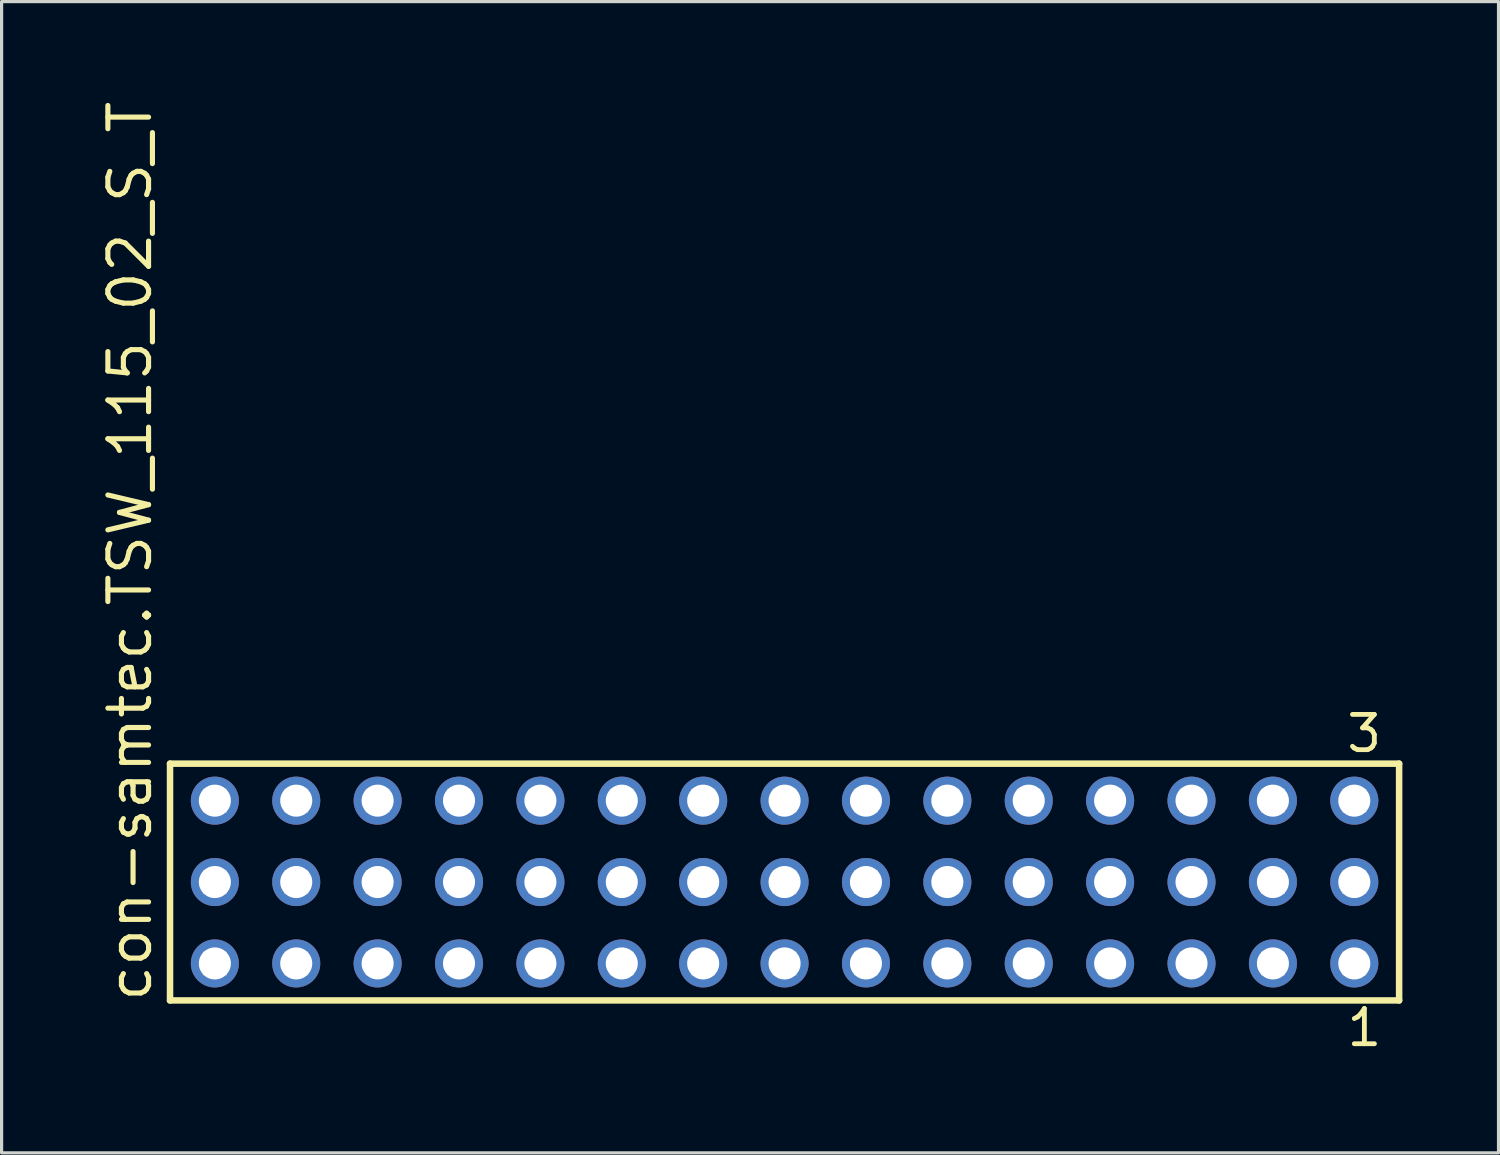
<source format=kicad_pcb>
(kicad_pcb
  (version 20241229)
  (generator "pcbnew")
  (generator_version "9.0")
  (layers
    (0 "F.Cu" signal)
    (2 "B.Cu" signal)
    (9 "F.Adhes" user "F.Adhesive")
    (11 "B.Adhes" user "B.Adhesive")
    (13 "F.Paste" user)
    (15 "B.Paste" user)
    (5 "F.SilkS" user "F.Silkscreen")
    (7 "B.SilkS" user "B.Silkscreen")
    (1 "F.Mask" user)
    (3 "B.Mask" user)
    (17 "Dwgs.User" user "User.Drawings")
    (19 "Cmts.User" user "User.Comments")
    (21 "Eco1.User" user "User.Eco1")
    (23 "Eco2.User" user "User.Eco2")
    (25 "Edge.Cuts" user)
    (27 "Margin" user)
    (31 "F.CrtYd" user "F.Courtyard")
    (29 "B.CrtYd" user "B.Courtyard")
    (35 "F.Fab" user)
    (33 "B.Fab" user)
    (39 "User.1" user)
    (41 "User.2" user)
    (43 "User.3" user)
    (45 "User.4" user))
  (footprint "con-samtec.TSW_115_02_S_T"
    (layer "F.Cu")
    (at 21.435 24.477)
    (property "Reference" "con-samtec.TSW_115_02_S_T" (at -19.685 3.81 90) (layer "F.SilkS") (effects (font (size 1.27 1.27) (thickness 0.16)) (justify left bottom)))
    (attr through_hole)
    (fp_line (start -19.179 -3.695) (end 19.179 -3.695) (stroke (width 0.203) (type default)) (layer "F.SilkS"))
    (fp_line (start -19.179 3.695) (end -19.179 -3.695) (stroke (width 0.203) (type default)) (layer "F.SilkS"))
    (fp_line (start 19.179 -3.695) (end 19.179 3.695) (stroke (width 0.203) (type default)) (layer "F.SilkS"))
    (fp_line (start 19.179 3.695) (end -19.179 3.695) (stroke (width 0.203) (type default)) (layer "F.SilkS"))
    (fp_rect (start -18.13 -2.19) (end -17.43 -2.89) (stroke (width 0.05) (type default)) (fill no) (layer "F.Fab"))
    (fp_rect (start -18.13 0.35) (end -17.43 -0.35) (stroke (width 0.05) (type default)) (fill no) (layer "F.Fab"))
    (fp_rect (start -18.13 2.89) (end -17.43 2.19) (stroke (width 0.05) (type default)) (fill no) (layer "F.Fab"))
    (fp_rect (start -15.59 -2.19) (end -14.89 -2.89) (stroke (width 0.05) (type default)) (fill no) (layer "F.Fab"))
    (fp_rect (start -15.59 0.35) (end -14.89 -0.35) (stroke (width 0.05) (type default)) (fill no) (layer "F.Fab"))
    (fp_rect (start -15.59 2.89) (end -14.89 2.19) (stroke (width 0.05) (type default)) (fill no) (layer "F.Fab"))
    (fp_rect (start -13.05 -2.19) (end -12.35 -2.89) (stroke (width 0.05) (type default)) (fill no) (layer "F.Fab"))
    (fp_rect (start -13.05 0.35) (end -12.35 -0.35) (stroke (width 0.05) (type default)) (fill no) (layer "F.Fab"))
    (fp_rect (start -13.05 2.89) (end -12.35 2.19) (stroke (width 0.05) (type default)) (fill no) (layer "F.Fab"))
    (fp_rect (start -10.51 -2.19) (end -9.81 -2.89) (stroke (width 0.05) (type default)) (fill no) (layer "F.Fab"))
    (fp_rect (start -10.51 0.35) (end -9.81 -0.35) (stroke (width 0.05) (type default)) (fill no) (layer "F.Fab"))
    (fp_rect (start -10.51 2.89) (end -9.81 2.19) (stroke (width 0.05) (type default)) (fill no) (layer "F.Fab"))
    (fp_rect (start -7.97 -2.19) (end -7.27 -2.89) (stroke (width 0.05) (type default)) (fill no) (layer "F.Fab"))
    (fp_rect (start -7.97 0.35) (end -7.27 -0.35) (stroke (width 0.05) (type default)) (fill no) (layer "F.Fab"))
    (fp_rect (start -7.97 2.89) (end -7.27 2.19) (stroke (width 0.05) (type default)) (fill no) (layer "F.Fab"))
    (fp_rect (start -5.43 -2.19) (end -4.73 -2.89) (stroke (width 0.05) (type default)) (fill no) (layer "F.Fab"))
    (fp_rect (start -5.43 0.35) (end -4.73 -0.35) (stroke (width 0.05) (type default)) (fill no) (layer "F.Fab"))
    (fp_rect (start -5.43 2.89) (end -4.73 2.19) (stroke (width 0.05) (type default)) (fill no) (layer "F.Fab"))
    (fp_rect (start -2.89 -2.19) (end -2.19 -2.89) (stroke (width 0.05) (type default)) (fill no) (layer "F.Fab"))
    (fp_rect (start -2.89 0.35) (end -2.19 -0.35) (stroke (width 0.05) (type default)) (fill no) (layer "F.Fab"))
    (fp_rect (start -2.89 2.89) (end -2.19 2.19) (stroke (width 0.05) (type default)) (fill no) (layer "F.Fab"))
    (fp_rect (start -0.35 -2.19) (end 0.35 -2.89) (stroke (width 0.05) (type default)) (fill no) (layer "F.Fab"))
    (fp_rect (start -0.35 0.35) (end 0.35 -0.35) (stroke (width 0.05) (type default)) (fill no) (layer "F.Fab"))
    (fp_rect (start -0.35 2.89) (end 0.35 2.19) (stroke (width 0.05) (type default)) (fill no) (layer "F.Fab"))
    (fp_rect (start 2.19 -2.19) (end 2.89 -2.89) (stroke (width 0.05) (type default)) (fill no) (layer "F.Fab"))
    (fp_rect (start 2.19 0.35) (end 2.89 -0.35) (stroke (width 0.05) (type default)) (fill no) (layer "F.Fab"))
    (fp_rect (start 2.19 2.89) (end 2.89 2.19) (stroke (width 0.05) (type default)) (fill no) (layer "F.Fab"))
    (fp_rect (start 4.73 -2.19) (end 5.43 -2.89) (stroke (width 0.05) (type default)) (fill no) (layer "F.Fab"))
    (fp_rect (start 4.73 0.35) (end 5.43 -0.35) (stroke (width 0.05) (type default)) (fill no) (layer "F.Fab"))
    (fp_rect (start 4.73 2.89) (end 5.43 2.19) (stroke (width 0.05) (type default)) (fill no) (layer "F.Fab"))
    (fp_rect (start 7.27 -2.19) (end 7.97 -2.89) (stroke (width 0.05) (type default)) (fill no) (layer "F.Fab"))
    (fp_rect (start 7.27 0.35) (end 7.97 -0.35) (stroke (width 0.05) (type default)) (fill no) (layer "F.Fab"))
    (fp_rect (start 7.27 2.89) (end 7.97 2.19) (stroke (width 0.05) (type default)) (fill no) (layer "F.Fab"))
    (fp_rect (start 9.81 -2.19) (end 10.51 -2.89) (stroke (width 0.05) (type default)) (fill no) (layer "F.Fab"))
    (fp_rect (start 9.81 0.35) (end 10.51 -0.35) (stroke (width 0.05) (type default)) (fill no) (layer "F.Fab"))
    (fp_rect (start 9.81 2.89) (end 10.51 2.19) (stroke (width 0.05) (type default)) (fill no) (layer "F.Fab"))
    (fp_rect (start 12.35 -2.19) (end 13.05 -2.89) (stroke (width 0.05) (type default)) (fill no) (layer "F.Fab"))
    (fp_rect (start 12.35 0.35) (end 13.05 -0.35) (stroke (width 0.05) (type default)) (fill no) (layer "F.Fab"))
    (fp_rect (start 12.35 2.89) (end 13.05 2.19) (stroke (width 0.05) (type default)) (fill no) (layer "F.Fab"))
    (fp_rect (start 14.89 -2.19) (end 15.59 -2.89) (stroke (width 0.05) (type default)) (fill no) (layer "F.Fab"))
    (fp_rect (start 14.89 0.35) (end 15.59 -0.35) (stroke (width 0.05) (type default)) (fill no) (layer "F.Fab"))
    (fp_rect (start 14.89 2.89) (end 15.59 2.19) (stroke (width 0.05) (type default)) (fill no) (layer "F.Fab"))
    (fp_rect (start 17.43 -2.19) (end 18.13 -2.89) (stroke (width 0.05) (type default)) (fill no) (layer "F.Fab"))
    (fp_rect (start 17.43 0.35) (end 18.13 -0.35) (stroke (width 0.05) (type default)) (fill no) (layer "F.Fab"))
    (fp_rect (start 17.43 2.89) (end 18.13 2.19) (stroke (width 0.05) (type default)) (fill no) (layer "F.Fab"))
    (fp_text user "1" (at 17.472 5.188 0) (layer "F.SilkS") (effects (font (size 1.1 1.1) (thickness 0.15)) (justify left bottom)))
    (fp_text user "3" (at 17.468 -3.989 0) (layer "F.SilkS") (effects (font (size 1.1 1.1) (thickness 0.15)) (justify left bottom)))
    (pad "1" thru_hole circle (at 17.78 2.54 180) (size 1.5 1.5) (drill 1) (layers "*.Cu" "*.Mask"))
    (pad "2" thru_hole circle (at 17.78 0 180) (size 1.5 1.5) (drill 1) (layers "*.Cu" "*.Mask"))
    (pad "3" thru_hole circle (at 17.78 -2.54 180) (size 1.5 1.5) (drill 1) (layers "*.Cu" "*.Mask"))
    (pad "4" thru_hole circle (at 15.24 2.54 180) (size 1.5 1.5) (drill 1) (layers "*.Cu" "*.Mask"))
    (pad "5" thru_hole circle (at 15.24 0 180) (size 1.5 1.5) (drill 1) (layers "*.Cu" "*.Mask"))
    (pad "6" thru_hole circle (at 15.24 -2.54 180) (size 1.5 1.5) (drill 1) (layers "*.Cu" "*.Mask"))
    (pad "7" thru_hole circle (at 12.7 2.54 180) (size 1.5 1.5) (drill 1) (layers "*.Cu" "*.Mask"))
    (pad "8" thru_hole circle (at 12.7 0 180) (size 1.5 1.5) (drill 1) (layers "*.Cu" "*.Mask"))
    (pad "9" thru_hole circle (at 12.7 -2.54 180) (size 1.5 1.5) (drill 1) (layers "*.Cu" "*.Mask"))
    (pad "10" thru_hole circle (at 10.16 2.54 180) (size 1.5 1.5) (drill 1) (layers "*.Cu" "*.Mask"))
    (pad "11" thru_hole circle (at 10.16 0 180) (size 1.5 1.5) (drill 1) (layers "*.Cu" "*.Mask"))
    (pad "12" thru_hole circle (at 10.16 -2.54 180) (size 1.5 1.5) (drill 1) (layers "*.Cu" "*.Mask"))
    (pad "13" thru_hole circle (at 7.62 2.54 180) (size 1.5 1.5) (drill 1) (layers "*.Cu" "*.Mask"))
    (pad "14" thru_hole circle (at 7.62 0 180) (size 1.5 1.5) (drill 1) (layers "*.Cu" "*.Mask"))
    (pad "15" thru_hole circle (at 7.62 -2.54 180) (size 1.5 1.5) (drill 1) (layers "*.Cu" "*.Mask"))
    (pad "16" thru_hole circle (at 5.08 2.54 180) (size 1.5 1.5) (drill 1) (layers "*.Cu" "*.Mask"))
    (pad "17" thru_hole circle (at 5.08 0 180) (size 1.5 1.5) (drill 1) (layers "*.Cu" "*.Mask"))
    (pad "18" thru_hole circle (at 5.08 -2.54 180) (size 1.5 1.5) (drill 1) (layers "*.Cu" "*.Mask"))
    (pad "19" thru_hole circle (at 2.54 2.54 180) (size 1.5 1.5) (drill 1) (layers "*.Cu" "*.Mask"))
    (pad "20" thru_hole circle (at 2.54 0 180) (size 1.5 1.5) (drill 1) (layers "*.Cu" "*.Mask"))
    (pad "21" thru_hole circle (at 2.54 -2.54 180) (size 1.5 1.5) (drill 1) (layers "*.Cu" "*.Mask"))
    (pad "22" thru_hole circle (at 0 2.54 180) (size 1.5 1.5) (drill 1) (layers "*.Cu" "*.Mask"))
    (pad "23" thru_hole circle (at 0 0 180) (size 1.5 1.5) (drill 1) (layers "*.Cu" "*.Mask"))
    (pad "24" thru_hole circle (at 0 -2.54 180) (size 1.5 1.5) (drill 1) (layers "*.Cu" "*.Mask"))
    (pad "25" thru_hole circle (at -2.54 2.54 180) (size 1.5 1.5) (drill 1) (layers "*.Cu" "*.Mask"))
    (pad "26" thru_hole circle (at -2.54 0 180) (size 1.5 1.5) (drill 1) (layers "*.Cu" "*.Mask"))
    (pad "27" thru_hole circle (at -2.54 -2.54 180) (size 1.5 1.5) (drill 1) (layers "*.Cu" "*.Mask"))
    (pad "28" thru_hole circle (at -5.08 2.54 180) (size 1.5 1.5) (drill 1) (layers "*.Cu" "*.Mask"))
    (pad "29" thru_hole circle (at -5.08 0 180) (size 1.5 1.5) (drill 1) (layers "*.Cu" "*.Mask"))
    (pad "30" thru_hole circle (at -5.08 -2.54 180) (size 1.5 1.5) (drill 1) (layers "*.Cu" "*.Mask"))
    (pad "31" thru_hole circle (at -7.62 2.54 180) (size 1.5 1.5) (drill 1) (layers "*.Cu" "*.Mask"))
    (pad "32" thru_hole circle (at -7.62 0 180) (size 1.5 1.5) (drill 1) (layers "*.Cu" "*.Mask"))
    (pad "33" thru_hole circle (at -7.62 -2.54 180) (size 1.5 1.5) (drill 1) (layers "*.Cu" "*.Mask"))
    (pad "34" thru_hole circle (at -10.16 2.54 180) (size 1.5 1.5) (drill 1) (layers "*.Cu" "*.Mask"))
    (pad "35" thru_hole circle (at -10.16 0 180) (size 1.5 1.5) (drill 1) (layers "*.Cu" "*.Mask"))
    (pad "36" thru_hole circle (at -10.16 -2.54 180) (size 1.5 1.5) (drill 1) (layers "*.Cu" "*.Mask"))
    (pad "37" thru_hole circle (at -12.7 2.54 180) (size 1.5 1.5) (drill 1) (layers "*.Cu" "*.Mask"))
    (pad "38" thru_hole circle (at -12.7 0 180) (size 1.5 1.5) (drill 1) (layers "*.Cu" "*.Mask"))
    (pad "39" thru_hole circle (at -12.7 -2.54 180) (size 1.5 1.5) (drill 1) (layers "*.Cu" "*.Mask"))
    (pad "40" thru_hole circle (at -15.24 2.54 180) (size 1.5 1.5) (drill 1) (layers "*.Cu" "*.Mask"))
    (pad "41" thru_hole circle (at -15.24 0 180) (size 1.5 1.5) (drill 1) (layers "*.Cu" "*.Mask"))
    (pad "42" thru_hole circle (at -15.24 -2.54 180) (size 1.5 1.5) (drill 1) (layers "*.Cu" "*.Mask"))
    (pad "43" thru_hole circle (at -17.78 2.54 180) (size 1.5 1.5) (drill 1) (layers "*.Cu" "*.Mask"))
    (pad "44" thru_hole circle (at -17.78 0 180) (size 1.5 1.5) (drill 1) (layers "*.Cu" "*.Mask"))
    (pad "45" thru_hole circle (at -17.78 -2.54 180) (size 1.5 1.5) (drill 1) (layers "*.Cu" "*.Mask")))
  (gr_rect
    (start -3 -3)
    (end 43.716 32.928)
    (stroke (width 0.1) (type default))
    (fill no)
    (layer "Edge.Cuts")))
</source>
